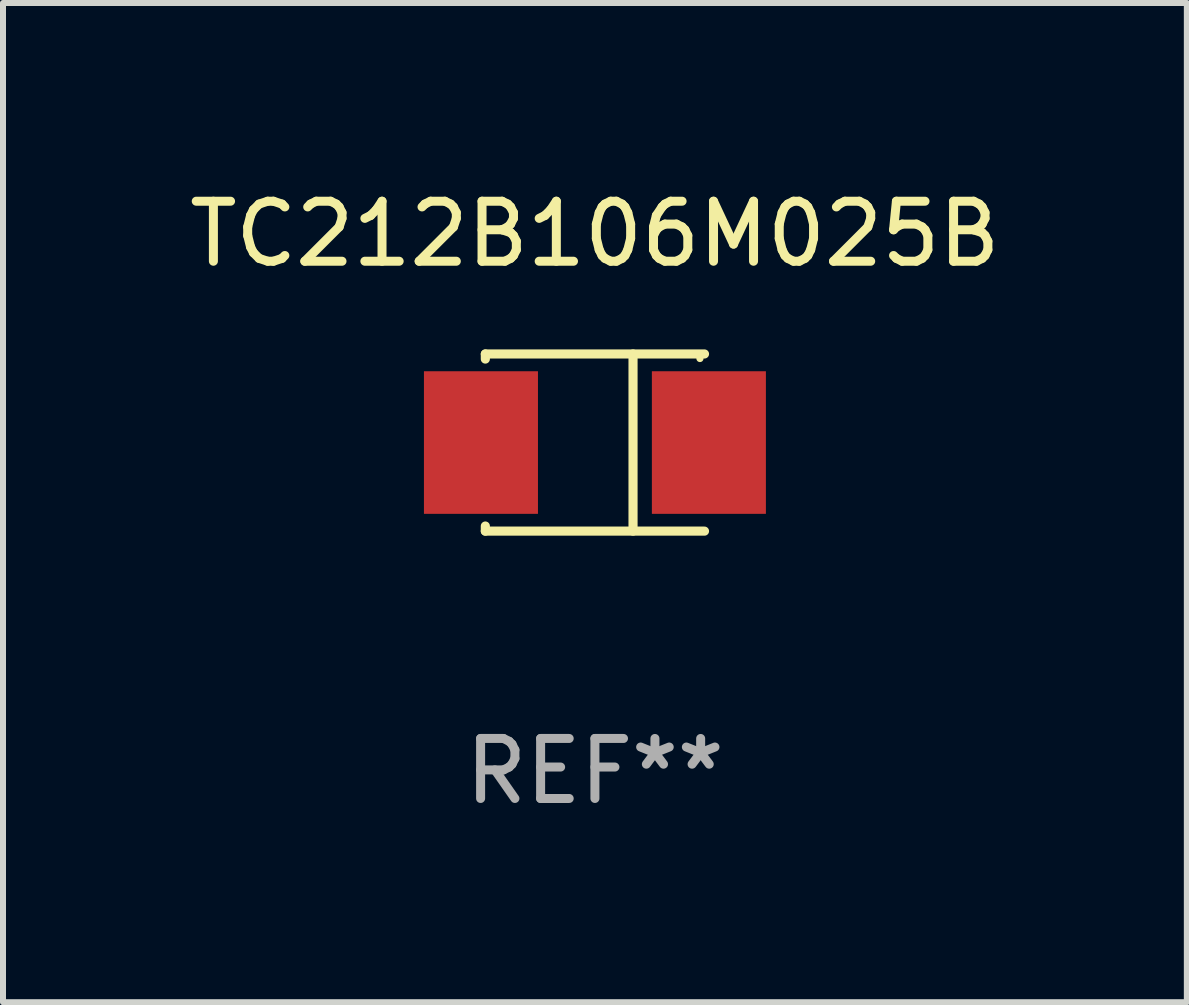
<source format=kicad_pcb>
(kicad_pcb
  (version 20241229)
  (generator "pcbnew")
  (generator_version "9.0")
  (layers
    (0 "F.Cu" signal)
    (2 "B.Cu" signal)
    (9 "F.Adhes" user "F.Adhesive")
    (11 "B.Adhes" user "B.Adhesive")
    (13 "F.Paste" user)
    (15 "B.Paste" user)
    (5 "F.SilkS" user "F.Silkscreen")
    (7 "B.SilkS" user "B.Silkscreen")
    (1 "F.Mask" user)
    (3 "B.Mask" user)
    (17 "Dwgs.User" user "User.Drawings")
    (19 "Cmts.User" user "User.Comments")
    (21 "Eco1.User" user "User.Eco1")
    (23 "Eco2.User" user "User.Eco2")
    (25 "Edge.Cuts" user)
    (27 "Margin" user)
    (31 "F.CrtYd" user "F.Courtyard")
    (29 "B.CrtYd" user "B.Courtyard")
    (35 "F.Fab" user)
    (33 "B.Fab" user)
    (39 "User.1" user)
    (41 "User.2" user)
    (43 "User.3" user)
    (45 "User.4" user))
  (footprint "TC212B106M025B"
    (layer "F.Cu")
    (at 6.863 4.324)
    (property "Reference" "TC212B106M025B" (at 0 -3.476 0) (layer "F.SilkS") (effects (font (size 1 1) (thickness 0.15))))
    (attr through_hole)
    (fp_line (start -1.826 -1.476) (end -1.826 -1.391) (stroke (width 0.152) (type solid)) (layer "F.SilkS"))
    (fp_line (start -1.826 -1.476) (end 1.826 -1.476) (stroke (width 0.152) (type solid)) (layer "F.SilkS"))
    (fp_line (start -1.826 1.476) (end -1.826 1.391) (stroke (width 0.152) (type solid)) (layer "F.SilkS"))
    (fp_line (start -1.826 1.476) (end 1.826 1.476) (stroke (width 0.152) (type solid)) (layer "F.SilkS"))
    (fp_line (start 0.635 -1.476) (end 0.635 1.476) (stroke (width 0.152) (type solid)) (layer "F.SilkS"))
    (fp_circle (center 1.75 -1.4) (end 1.78 -1.4) (stroke (width 0.06) (type solid)) (fill no) (layer "F.SilkS"))
    (fp_text user "REF**" (at 0 5.476 0) (layer "F.Fab") (effects (font (size 1 1) (thickness 0.15))))
    (pad "1" smd rect (at 1.899 0) (size 1.9 2.376) (layers "F.Cu" "F.Mask" "F.Paste"))
    (pad "2" smd rect (at -1.899 0) (size 1.9 2.376) (layers "F.Cu" "F.Mask" "F.Paste")))
  (gr_rect
    (start -3 -3)
    (end 16.726 13.649)
    (stroke (width 0.1) (type default))
    (fill no)
    (layer "Edge.Cuts")))
</source>
